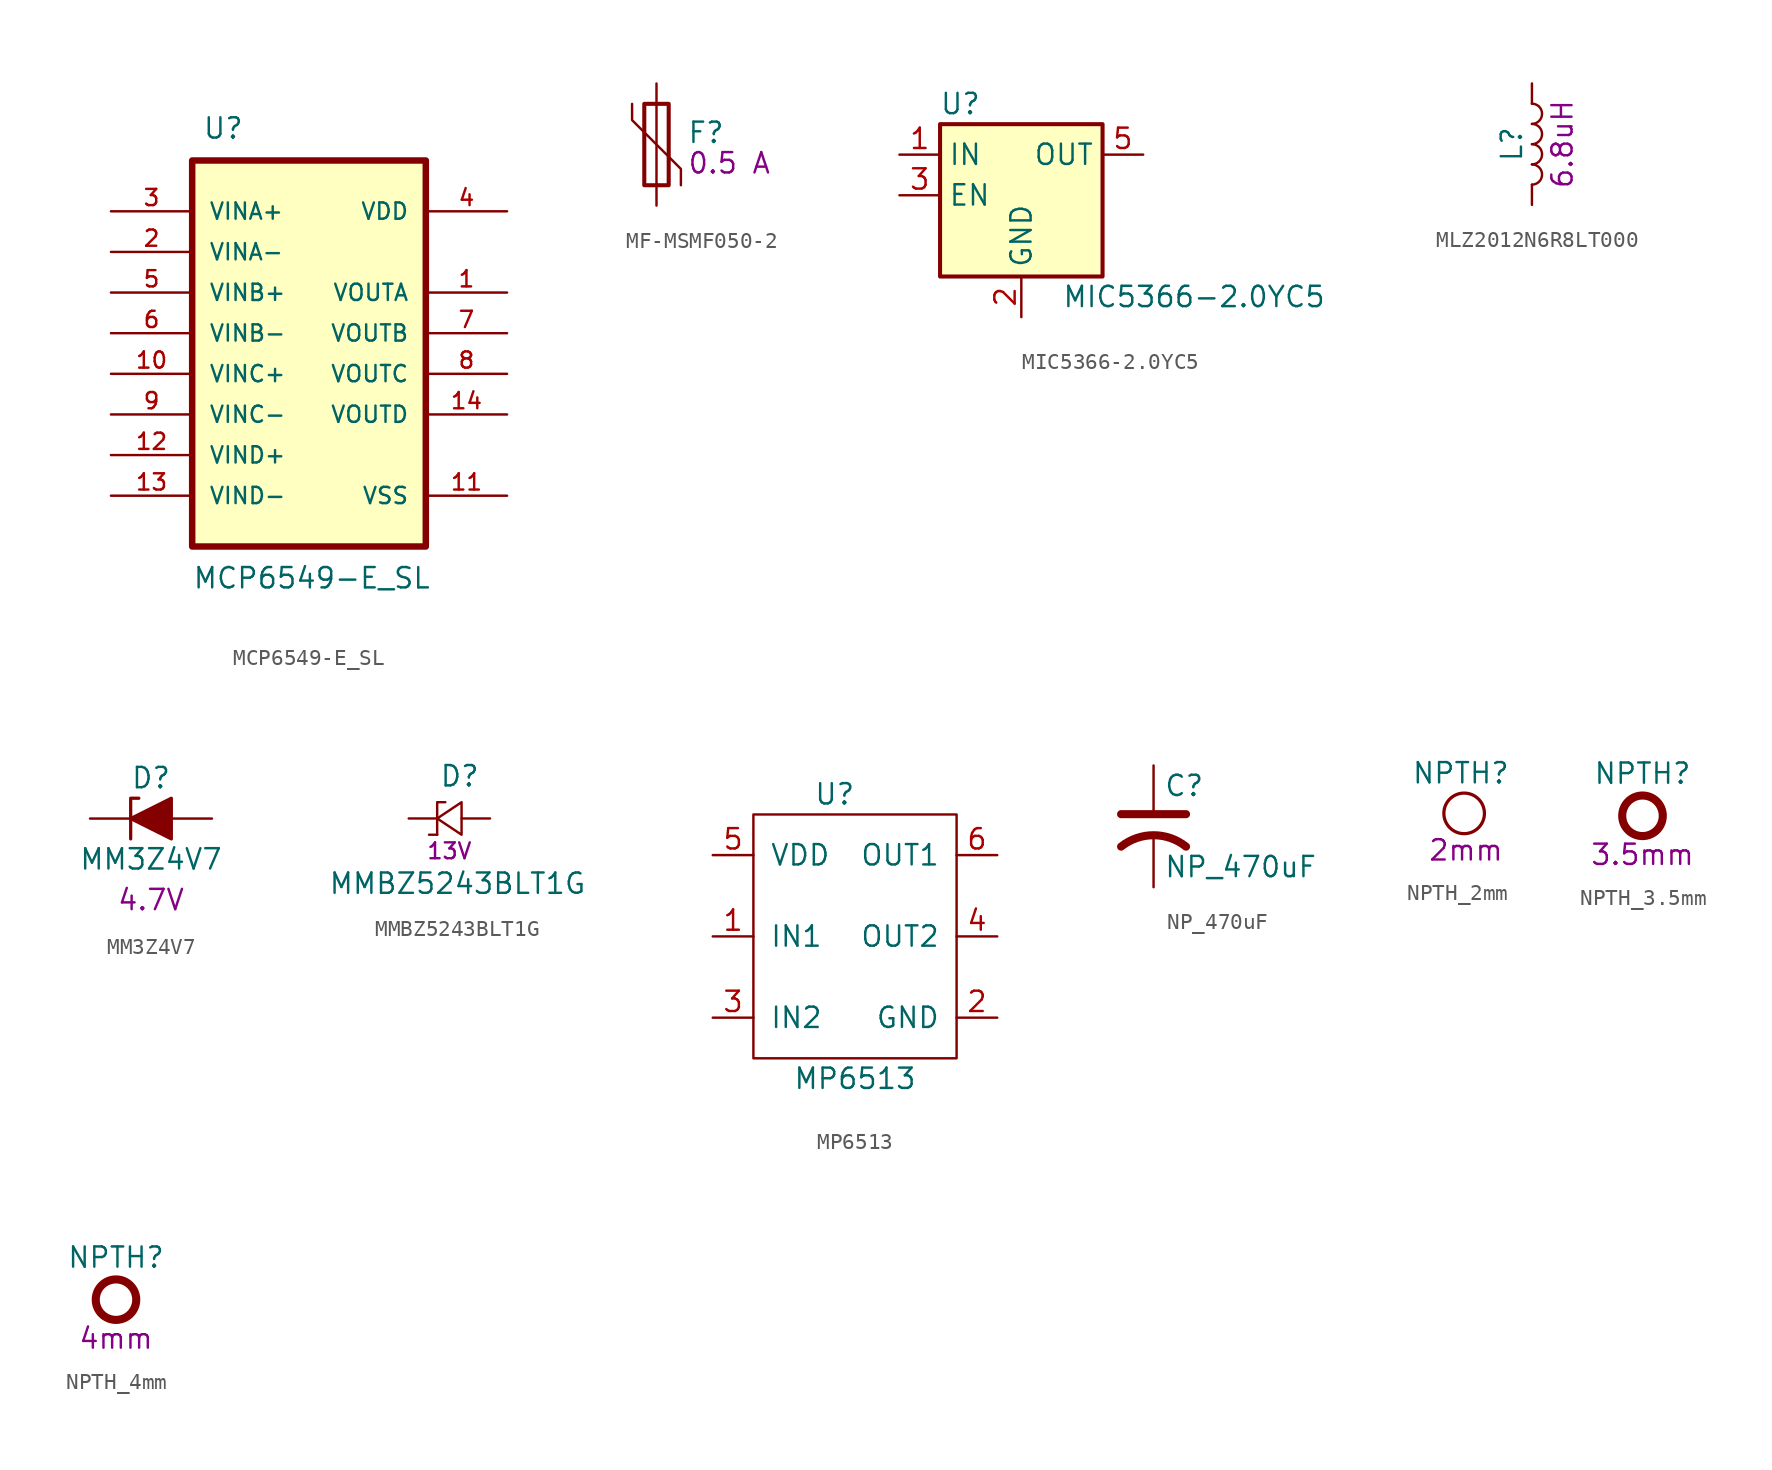
<source format=kicad_sym>
(kicad_symbol_lib
  (version 20210619)
  (generator kicad_symbol_editor)
  (symbol "custom:MCP6549-E_SL"
    (pin_names
      (offset 1.016))
    (property "Reference" "U"
      (at -12.065 14.605 0)
      (effects (font (size 1.27 1.27)) (justify left bottom)))
    (property "Value" "MCP6549-E_SL"
      (at -12.7 -13.513 0)
      (effects (font (size 1.27 1.27)) (justify left bottom)))
    (symbol "MCP6549-E_SL_0_0"
      (rectangle (start -12.7 -10.795) (end 1.905 13.335) (stroke (width 0.406)) (fill (type background)))
      (pin output line (at 6.985 5.08 180) (length 5.08) (name "VOUTA" (effects (font (size 1.016 1.016)))) (number "1" (effects (font (size 1.016 1.016)))))
      (pin input line (at -17.78 0 0) (length 5.08) (name "VINC+" (effects (font (size 1.016 1.016)))) (number "10" (effects (font (size 1.016 1.016)))))
      (pin power_in line (at 6.985 -7.62 180) (length 5.08) (name "VSS" (effects (font (size 1.016 1.016)))) (number "11" (effects (font (size 1.016 1.016)))))
      (pin input line (at -17.78 -5.08 0) (length 5.08) (name "VIND+" (effects (font (size 1.016 1.016)))) (number "12" (effects (font (size 1.016 1.016)))))
      (pin input line (at -17.78 -7.62 0) (length 5.08) (name "VIND-" (effects (font (size 1.016 1.016)))) (number "13" (effects (font (size 1.016 1.016)))))
      (pin output line (at 6.985 -2.54 180) (length 5.08) (name "VOUTD" (effects (font (size 1.016 1.016)))) (number "14" (effects (font (size 1.016 1.016)))))
      (pin input line (at -17.78 7.62 0) (length 5.08) (name "VINA-" (effects (font (size 1.016 1.016)))) (number "2" (effects (font (size 1.016 1.016)))))
      (pin input line (at -17.78 10.16 0) (length 5.08) (name "VINA+" (effects (font (size 1.016 1.016)))) (number "3" (effects (font (size 1.016 1.016)))))
      (pin power_in line (at 6.985 10.16 180) (length 5.08) (name "VDD" (effects (font (size 1.016 1.016)))) (number "4" (effects (font (size 1.016 1.016)))))
      (pin input line (at -17.78 5.08 0) (length 5.08) (name "VINB+" (effects (font (size 1.016 1.016)))) (number "5" (effects (font (size 1.016 1.016)))))
      (pin input line (at -17.78 2.54 0) (length 5.08) (name "VINB-" (effects (font (size 1.016 1.016)))) (number "6" (effects (font (size 1.016 1.016)))))
      (pin output line (at 6.985 2.54 180) (length 5.08) (name "VOUTB" (effects (font (size 1.016 1.016)))) (number "7" (effects (font (size 1.016 1.016)))))
      (pin output line (at 6.985 0 180) (length 5.08) (name "VOUTC" (effects (font (size 1.016 1.016)))) (number "8" (effects (font (size 1.016 1.016)))))
      (pin input line (at -17.78 -2.54 0) (length 5.08) (name "VINC-" (effects (font (size 1.016 1.016)))) (number "9" (effects (font (size 1.016 1.016)))))))
  (symbol "custom:MF-MSMF050-2"
    (pin_numbers hide)
    (pin_names
      (offset 0))
    (property "Reference" "F"
      (at 1.905 0 0)
      (effects (font (size 1.27 1.27)) (justify left bottom)))
    (property "Rating" "0.5 A"
      (at 1.905 -1.905 0)
      (effects (font (size 1.27 1.27)) (justify left bottom)))
    (symbol "MF-MSMF050-2_0_1"
      (rectangle (start -0.762 2.54) (end 0.762 -2.54) (stroke (width 0.254)) (fill (type none)))
      (polyline (pts (xy 0 2.54) (xy 0 -2.54)) (stroke (width 0)) (fill (type none)))
      (polyline (pts (xy -1.524 2.54) (xy -1.524 1.524) (xy 1.524 -1.524) (xy 1.524 -2.54)) (stroke (width 0)) (fill (type none))))
    (symbol "MF-MSMF050-2_1_1"
      (pin passive line (at 0 3.81 270) (length 1.27) (name "~" (effects (font (size 1.27 1.27)))) (number "1" (effects (font (size 1.27 1.27)))))
      (pin passive line (at 0 -3.81 90) (length 1.27) (name "~" (effects (font (size 1.27 1.27)))) (number "2" (effects (font (size 1.27 1.27)))))))
  (symbol "custom:MIC5366-2.0YC5"
    (property "Reference" "U"
      (at -3.81 5.715 0)
      (effects (font (size 1.27 1.27))))
    (property "Value" "MIC5366-2.0YC5"
      (at 2.54 -6.35 0)
      (effects (font (size 1.27 1.27)) (justify left)))
    (symbol "MIC5366-2.0YC5_0_1"
      (rectangle (start -5.08 4.445) (end 5.08 -5.08) (stroke (width 0.254)) (fill (type background))))
    (symbol "MIC5366-2.0YC5_1_1"
      (pin power_in line (at -7.62 2.54 0) (length 2.54) (name "IN" (effects (font (size 1.27 1.27)))) (number "1" (effects (font (size 1.27 1.27)))))
      (pin power_in line (at 0 -7.62 90) (length 2.54) (name "GND" (effects (font (size 1.27 1.27)))) (number "2" (effects (font (size 1.27 1.27)))))
      (pin input line (at -7.62 0 0) (length 2.54) (name "EN" (effects (font (size 1.27 1.27)))) (number "3" (effects (font (size 1.27 1.27)))))
      (pin no_connect line (at 7.62 0 180) (length 2.54) hide (name "NC" (effects (font (size 1.27 1.27)))) (number "4" (effects (font (size 1.27 1.27)))))
      (pin power_out line (at 7.62 2.54 180) (length 2.54) (name "OUT" (effects (font (size 1.27 1.27)))) (number "5" (effects (font (size 1.27 1.27)))))))
  (symbol "custom:MLZ2012N6R8LT000"
    (pin_numbers hide)
    (pin_names
      (offset 1.016) hide)
    (property "Reference" "L"
      (at -1.27 0 90)
      (effects (font (size 1.27 1.27))))
    (property "INDUCTANCE" "6.8uH"
      (at 1.905 0 90)
      (effects (font (size 1.27 1.27))))
    (symbol "MLZ2012N6R8LT000_0_1"
      (arc (start 0 -2.54) (end 0 -1.27) (radius (at 0 -1.905) (length 0.635) (angles -89.9 89.9)) (stroke (width 0)) (fill (type none)))
      (arc (start 0 -1.27) (end 0 0) (radius (at 0 -0.635) (length 0.635) (angles -89.9 89.9)) (stroke (width 0)) (fill (type none)))
      (arc (start 0 0) (end 0 1.27) (radius (at 0 0.635) (length 0.635) (angles -89.9 89.9)) (stroke (width 0)) (fill (type none)))
      (arc (start 0 1.27) (end 0 2.54) (radius (at 0 1.905) (length 0.635) (angles -89.9 89.9)) (stroke (width 0)) (fill (type none))))
    (symbol "MLZ2012N6R8LT000_1_1"
      (pin passive line (at 0 3.81 270) (length 1.27) (name "1" (effects (font (size 1.27 1.27)))) (number "1" (effects (font (size 1.27 1.27)))))
      (pin passive line (at 0 -3.81 90) (length 1.27) (name "2" (effects (font (size 1.27 1.27)))) (number "2" (effects (font (size 1.27 1.27)))))))
  (symbol "custom:MM3Z4V7"
    (pin_numbers hide)
    (pin_names
      (offset 1.016) hide)
    (property "Reference" "D"
      (at 0 2.54 0)
      (effects (font (size 1.27 1.27))))
    (property "Value" "MM3Z4V7"
      (at 0 -2.54 0)
      (effects (font (size 1.27 1.27))))
    (property "Rating" "4.7V"
      (at 0 -5.08 0)
      (effects (font (size 1.27 1.27))))
    (symbol "MM3Z4V7_0_1"
      (polyline (pts (xy 1.27 0) (xy -1.27 0)) (stroke (width 0)) (fill (type none)))
      (polyline (pts (xy -1.27 -1.27) (xy -1.27 1.27) (xy -0.762 1.27)) (stroke (width 0.203)) (fill (type none)))
      (polyline (pts (xy 1.27 -1.27) (xy 1.27 1.27) (xy -1.27 0) (xy 1.27 -1.27)) (stroke (width 0.203)) (fill (type outline))))
    (symbol "MM3Z4V7_1_1"
      (pin passive line (at -3.81 0 0) (length 2.54) (name "K" (effects (font (size 1.27 1.27)))) (number "1" (effects (font (size 1.27 1.27)))))
      (pin passive line (at 3.81 0 180) (length 2.54) (name "A" (effects (font (size 1.27 1.27)))) (number "2" (effects (font (size 1.27 1.27)))))))
  (symbol "custom:MMBZ5243BLT1G"
    (pin_numbers hide)
    (pin_names
      (offset 0.254) hide)
    (property "Reference" "D"
      (at -0.635 1.905 0)
      (effects (font (size 1.27 1.27)) (justify left bottom)))
    (property "Value" "MMBZ5243BLT1G"
      (at 0.508 -4.064 0)
      (effects (font (size 1.27 1.27))))
    (property "Rating" "13V"
      (at 0 -2.032 0)
      (effects (font (size 0.991 0.991))))
    (symbol "MMBZ5243BLT1G_0_1"
      (polyline (pts (xy -0.762 -1.016) (xy -1.27 -1.016)) (stroke (width 0.152)) (fill (type none)))
      (polyline (pts (xy -0.254 1.016) (xy -0.762 1.016) (xy -0.762 -1.016)) (stroke (width 0)) (fill (type none)))
      (polyline (pts (xy 0.762 1.016) (xy -0.762 0) (xy 0.762 -1.016) (xy 0.762 1.016)) (stroke (width 0)) (fill (type none))))
    (symbol "MMBZ5243BLT1G_1_1"
      (pin passive line (at -2.54 0 0) (length 1.778) (name "K" (effects (font (size 1.27 1.27)))) (number "1" (effects (font (size 1.27 1.27)))))
      (pin passive line (at 2.54 0 180) (length 1.778) (name "A" (effects (font (size 1.27 1.27)))) (number "2" (effects (font (size 1.27 1.27)))))))
  (symbol "custom:MP6513"
    (pin_names
      (offset 1.016))
    (property "Reference" "U"
      (at -1.27 11.43 0)
      (effects (font (size 1.27 1.27))))
    (property "Value" "MP6513"
      (at 0 -6.35 0)
      (effects (font (size 1.27 1.27))))
    (symbol "MP6513_0_1"
      (rectangle (start -6.35 10.16) (end 6.35 -5.08) (stroke (width 0)) (fill (type none))))
    (symbol "MP6513_1_1"
      (pin input line (at -8.89 2.54 0) (length 2.54) (name "IN1" (effects (font (size 1.27 1.27)))) (number "1" (effects (font (size 1.27 1.27)))))
      (pin power_in line (at 8.89 -2.54 180) (length 2.54) (name "GND" (effects (font (size 1.27 1.27)))) (number "2" (effects (font (size 1.27 1.27)))))
      (pin input line (at -8.89 -2.54 0) (length 2.54) (name "IN2" (effects (font (size 1.27 1.27)))) (number "3" (effects (font (size 1.27 1.27)))))
      (pin bidirectional line (at 8.89 2.54 180) (length 2.54) (name "OUT2" (effects (font (size 1.27 1.27)))) (number "4" (effects (font (size 1.27 1.27)))))
      (pin power_in line (at -8.89 7.62 0) (length 2.54) (name "VDD" (effects (font (size 1.27 1.27)))) (number "5" (effects (font (size 1.27 1.27)))))
      (pin bidirectional line (at 8.89 7.62 180) (length 2.54) (name "OUT1" (effects (font (size 1.27 1.27)))) (number "6" (effects (font (size 1.27 1.27)))))))
  (symbol "custom:NP_470uF"
    (pin_numbers hide)
    (pin_names
      (offset 0.254) hide)
    (property "Reference" "C"
      (at 0.635 2.54 0)
      (effects (font (size 1.27 1.27)) (justify left)))
    (property "Value" "NP_470uF"
      (at 0.635 -2.54 0)
      (effects (font (size 1.27 1.27)) (justify left)))
    (symbol "NP_470uF_0_1"
      (arc (start -2.032 -1.27) (end 2.032 -1.27) (radius (at 0 -3.81) (length 3.2512) (angles 128.7 51.3)) (stroke (width 0.508)) (fill (type none)))
      (polyline (pts (xy -2.032 0.762) (xy 2.032 0.762)) (stroke (width 0.508)) (fill (type none))))
    (symbol "NP_470uF_1_1"
      (pin passive line (at 0 3.81 270) (length 2.794) (name "~" (effects (font (size 1.27 1.27)))) (number "1" (effects (font (size 1.27 1.27)))))
      (pin passive line (at 0 -3.81 90) (length 3.302) (name "~" (effects (font (size 1.27 1.27)))) (number "2" (effects (font (size 1.27 1.27)))))))
  (symbol "custom:NPTH_2mm"
    (pin_numbers hide)
    (pin_names
      (offset 1.016) hide)
    (property "Reference" "NPTH"
      (at -3.302 1.778 0)
      (effects (font (size 1.27 1.27)) (justify left bottom)))
    (property "SIZE" "2mm"
      (at -2.286 -3.048 0)
      (effects (font (size 1.27 1.27)) (justify left bottom)))
    (symbol "NPTH_2mm_0_1"
      (circle (center 0 0) (radius 1.27) (stroke (width 0.203)) (fill (type none)))))
  (symbol "custom:NPTH_3.5mm"
    (pin_numbers hide)
    (pin_names
      (offset 1.016) hide)
    (property "Reference" "NPTH"
      (at 0 1.905 0)
      (effects (font (size 1.27 1.27)) (justify bottom)))
    (property "SIZE" "3.5mm"
      (at 0 -3.175 0)
      (effects (font (size 1.27 1.27)) (justify bottom)))
    (symbol "NPTH_3.5mm_0_1"
      (circle (center 0 0) (radius 1.27) (stroke (width 0.508)) (fill (type none)))))
  (symbol "custom:NPTH_4mm"
    (pin_numbers hide)
    (pin_names
      (offset 1.016) hide)
    (property "Reference" "NPTH"
      (at 0 1.905 0)
      (effects (font (size 1.27 1.27)) (justify bottom)))
    (property "SIZE" "4mm"
      (at 0 -3.175 0)
      (effects (font (size 1.27 1.27)) (justify bottom)))
    (symbol "NPTH_4mm_0_1"
      (circle (center 0 0) (radius 1.27) (stroke (width 0.508)) (fill (type none))))))
</source>
